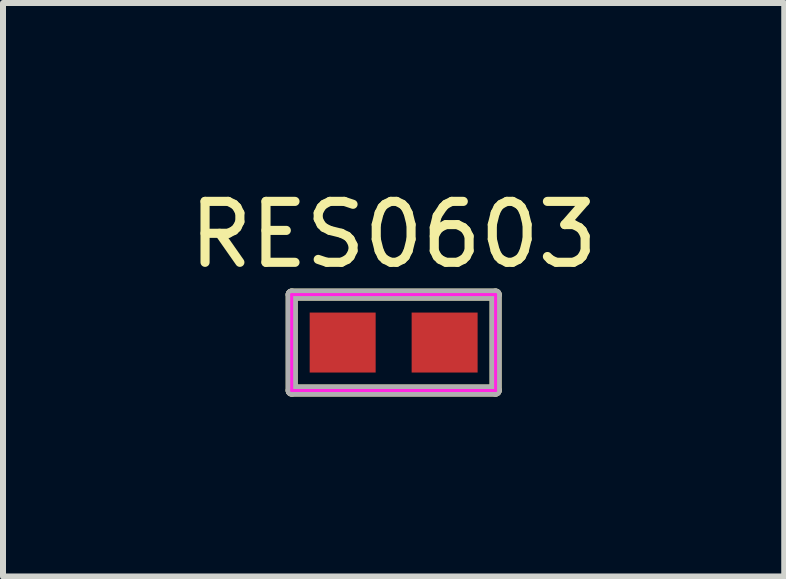
<source format=kicad_pcb>
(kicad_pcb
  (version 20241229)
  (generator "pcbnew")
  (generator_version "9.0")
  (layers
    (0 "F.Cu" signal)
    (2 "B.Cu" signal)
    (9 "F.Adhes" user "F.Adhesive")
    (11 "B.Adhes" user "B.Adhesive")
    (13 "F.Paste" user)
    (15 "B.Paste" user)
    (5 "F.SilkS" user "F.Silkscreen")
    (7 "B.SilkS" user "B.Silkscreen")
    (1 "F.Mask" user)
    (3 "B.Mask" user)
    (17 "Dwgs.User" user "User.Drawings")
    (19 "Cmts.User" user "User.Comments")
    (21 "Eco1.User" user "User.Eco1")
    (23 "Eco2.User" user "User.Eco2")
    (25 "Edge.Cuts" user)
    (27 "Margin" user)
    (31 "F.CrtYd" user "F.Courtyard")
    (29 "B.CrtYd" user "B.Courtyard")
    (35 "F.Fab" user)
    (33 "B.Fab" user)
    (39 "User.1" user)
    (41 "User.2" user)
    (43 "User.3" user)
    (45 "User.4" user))
  (footprint "RES0603"
    (layer "F.Cu")
    (at 3.514 2.662)
    (property "Reference" "RES0603" (at 0 -1.8 0) (unlocked yes) (layer "F.SilkS") (effects (font (size 1.016 1.016) (thickness 0.152))))
    (property "Value" "${VALUE}" (at 0 0 0) (unlocked yes) (layer "F.Fab") (hide yes) (effects (font (size 1 1) (thickness 0.15))))
    (attr smd)
    (fp_line (start -1.7 -0.8) (end 1.7 -0.8) (stroke (width 0.2) (type default)) (layer "F.SilkS"))
    (fp_line (start -1.7 0.8) (end -1.7 -0.8) (stroke (width 0.2) (type default)) (layer "F.SilkS"))
    (fp_line (start 1.7 -0.8) (end 1.7 0.8) (stroke (width 0.2) (type default)) (layer "F.SilkS"))
    (fp_line (start 1.7 0.8) (end -1.7 0.8) (stroke (width 0.2) (type default)) (layer "F.SilkS"))
    (fp_line (start -1.7 -0.8) (end -1.7 0.8) (stroke (width 0.05) (type default)) (layer "F.CrtYd"))
    (fp_line (start -1.7 0.8) (end 1.7 0.8) (stroke (width 0.05) (type default)) (layer "F.CrtYd"))
    (fp_line (start 1.7 -0.8) (end -1.7 -0.8) (stroke (width 0.05) (type default)) (layer "F.CrtYd"))
    (fp_line (start 1.7 0.8) (end 1.7 -0.8) (stroke (width 0.05) (type default)) (layer "F.CrtYd"))
    (fp_line (start -1.7 -0.8) (end -1.7 0.8) (stroke (width 0.2) (type default)) (layer "F.Fab"))
    (fp_line (start -1.7 0.8) (end 1.7 0.8) (stroke (width 0.2) (type default)) (layer "F.Fab"))
    (fp_line (start 1.7 -0.8) (end -1.7 -0.8) (stroke (width 0.2) (type default)) (layer "F.Fab"))
    (fp_line (start 1.7 0.8) (end 1.7 -0.8) (stroke (width 0.2) (type default)) (layer "F.Fab"))
    (pad "1" smd rect (at -0.85 0) (size 1.1 1) (layers "F.Cu" "F.Mask" "F.Paste"))
    (pad "2" smd rect (at 0.85 0) (size 1.1 1) (layers "F.Cu" "F.Mask" "F.Paste")))
  (gr_rect
    (start -3 -3)
    (end 10.027 6.562)
    (stroke (width 0.1) (type default))
    (fill no)
    (layer "Edge.Cuts")))
</source>
